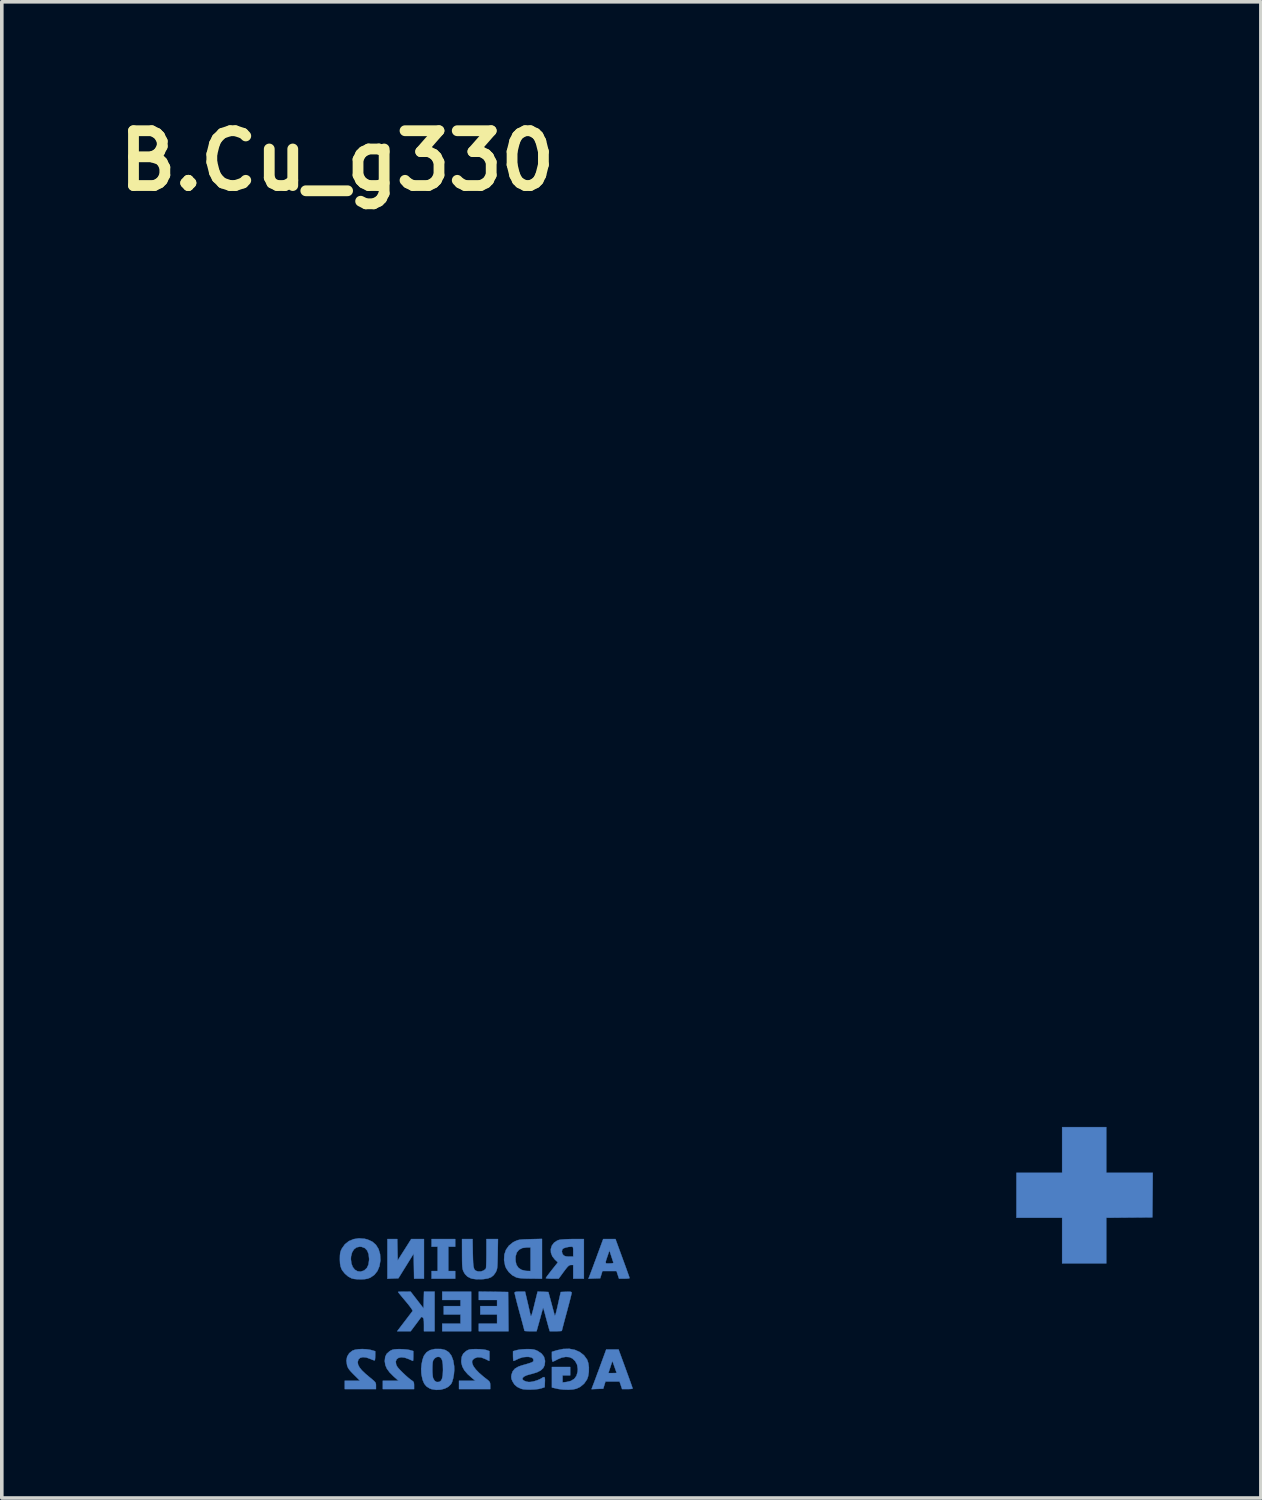
<source format=kicad_pcb>
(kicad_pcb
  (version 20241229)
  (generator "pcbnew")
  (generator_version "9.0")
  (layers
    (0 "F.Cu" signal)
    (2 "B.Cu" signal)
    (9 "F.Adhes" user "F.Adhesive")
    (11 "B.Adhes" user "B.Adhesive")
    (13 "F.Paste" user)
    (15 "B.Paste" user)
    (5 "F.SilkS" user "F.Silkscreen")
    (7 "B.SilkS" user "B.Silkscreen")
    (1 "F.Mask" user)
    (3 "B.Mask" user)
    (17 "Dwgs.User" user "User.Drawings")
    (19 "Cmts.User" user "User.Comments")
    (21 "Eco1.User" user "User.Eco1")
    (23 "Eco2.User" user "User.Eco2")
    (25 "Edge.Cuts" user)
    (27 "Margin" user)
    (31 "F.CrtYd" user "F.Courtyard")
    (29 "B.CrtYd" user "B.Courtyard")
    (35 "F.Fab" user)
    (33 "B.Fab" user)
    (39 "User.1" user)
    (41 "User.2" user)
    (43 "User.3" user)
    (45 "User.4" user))
  (footprint "B.Cu_g330"
    (layer "F.Cu")
    (at 6.321 1.418)
    (property "Reference" "B.Cu_g330" (at 0 0 0) (layer "F.SilkS") (effects (font (size 1.524 1.524) (thickness 0.3))))
    (attr through_hole)
    (fp_poly (pts (xy 3.281 30.184) (xy 3.09 30.184) (xy 3.09 30.861) (xy 3.281 30.861) (xy 3.281 31.073) (xy 2.625 31.073) (xy 2.625 30.861) (xy 2.794 30.861) (xy 2.794 30.184) (xy 2.625 30.184) (xy 2.625 29.972) (xy 3.281 29.972) (xy 3.281 30.184)) (stroke (width 0.01) (type solid)) (fill yes) (layer "B.Cu"))
    (fp_poly (pts (xy 3.725 32.533) (xy 2.921 32.533) (xy 2.921 32.322) (xy 3.429 32.322) (xy 3.429 32.068) (xy 2.963 32.068) (xy 2.963 31.835) (xy 3.429 31.835) (xy 3.429 31.665) (xy 2.921 31.665) (xy 2.921 31.433) (xy 3.725 31.433) (xy 3.725 32.533)) (stroke (width 0.01) (type solid)) (fill yes) (layer "B.Cu"))
    (fp_poly (pts (xy 4.344 31.437) (xy 4.752 31.443) (xy 4.758 31.988) (xy 4.763 32.533) (xy 3.937 32.533) (xy 3.937 32.322) (xy 4.445 32.322) (xy 4.445 32.068) (xy 3.979 32.068) (xy 3.979 31.835) (xy 4.445 31.835) (xy 4.445 31.665) (xy 3.937 31.665) (xy 3.937 31.432) (xy 4.344 31.437)) (stroke (width 0.01) (type solid)) (fill yes) (layer "B.Cu"))
    (fp_poly (pts (xy 21.378 28.131) (xy 22.67 28.131) (xy 22.665 28.75) (xy 22.659 29.369) (xy 22.019 29.374) (xy 21.378 29.38) (xy 21.378 30.649) (xy 20.151 30.649) (xy 20.151 29.379) (xy 18.881 29.379) (xy 18.881 28.131) (xy 20.151 28.131) (xy 20.151 26.86) (xy 21.378 26.86) (xy 21.378 28.131)) (stroke (width 0.01) (type solid)) (fill yes) (layer "B.Cu"))
    (fp_poly (pts (xy 1.677 30.269) (xy 1.683 30.565) (xy 1.871 30.269) (xy 2.059 29.972) (xy 2.413 29.972) (xy 2.413 31.073) (xy 2.139 31.073) (xy 2.133 30.724) (xy 2.127 30.376) (xy 1.915 30.719) (xy 1.702 31.062) (xy 1.55 31.068) (xy 1.397 31.075) (xy 1.397 29.972) (xy 1.671 29.972) (xy 1.677 30.269)) (stroke (width 0.01) (type solid)) (fill yes) (layer "B.Cu"))
    (fp_poly (pts (xy 5.694 31.073) (xy 5.382 31.071) (xy 5.232 31.068) (xy 5.119 31.062) (xy 5.036 31.052) (xy 4.976 31.036) (xy 4.868 30.978) (xy 4.772 30.89) (xy 4.698 30.783) (xy 4.669 30.711) (xy 4.643 30.569) (xy 4.957 30.569) (xy 4.982 30.684) (xy 5.038 30.77) (xy 5.124 30.827) (xy 5.242 30.856) (xy 5.297 30.859) (xy 5.376 30.861) (xy 5.376 30.205) (xy 5.265 30.205) (xy 5.146 30.221) (xy 5.055 30.269) (xy 4.992 30.346) (xy 4.96 30.453) (xy 4.957 30.569) (xy 4.643 30.569) (xy 4.64 30.552) (xy 4.648 30.403) (xy 4.693 30.27) (xy 4.773 30.156) (xy 4.885 30.065) (xy 4.929 30.041) (xy 4.978 30.019) (xy 5.023 30.002) (xy 5.072 29.991) (xy 5.136 29.984) (xy 5.222 29.979) (xy 5.339 29.976) (xy 5.371 29.975) (xy 5.694 29.967) (xy 5.694 31.073)) (stroke (width 0.01) (type solid)) (fill yes) (layer "B.Cu"))
    (fp_poly (pts (xy 2.709 32.533) (xy 2.413 32.533) (xy 2.413 32.356) (xy 2.411 32.26) (xy 2.404 32.198) (xy 2.39 32.162) (xy 2.38 32.151) (xy 2.345 32.136) (xy 2.332 32.145) (xy 2.314 32.17) (xy 2.277 32.221) (xy 2.226 32.29) (xy 2.181 32.35) (xy 2.044 32.533) (xy 1.669 32.533) (xy 1.875 32.263) (xy 1.946 32.17) (xy 2.008 32.088) (xy 2.058 32.023) (xy 2.089 31.982) (xy 2.097 31.971) (xy 2.091 31.948) (xy 2.059 31.897) (xy 2.005 31.824) (xy 1.932 31.733) (xy 1.904 31.7) (xy 1.831 31.613) (xy 1.77 31.539) (xy 1.723 31.482) (xy 1.697 31.448) (xy 1.693 31.441) (xy 1.713 31.437) (xy 1.765 31.435) (xy 1.839 31.433) (xy 1.868 31.433) (xy 2.043 31.434) (xy 2.223 31.667) (xy 2.402 31.899) (xy 2.408 31.666) (xy 2.414 31.433) (xy 2.709 31.433) (xy 2.709 32.533)) (stroke (width 0.01) (type solid)) (fill yes) (layer "B.Cu"))
    (fp_poly (pts (xy 8.018 33.576) (xy 8.069 33.718) (xy 8.116 33.847) (xy 8.156 33.957) (xy 8.186 34.044) (xy 8.206 34.102) (xy 8.213 34.126) (xy 8.213 34.126) (xy 8.194 34.134) (xy 8.142 34.14) (xy 8.071 34.142) (xy 8.066 34.142) (xy 7.92 34.142) (xy 7.885 34.036) (xy 7.849 33.93) (xy 7.458 33.93) (xy 7.427 34.031) (xy 7.396 34.131) (xy 7.233 34.137) (xy 7.07 34.144) (xy 7.109 34.042) (xy 7.128 33.992) (xy 7.159 33.91) (xy 7.199 33.803) (xy 7.238 33.697) (xy 7.539 33.697) (xy 7.654 33.697) (xy 7.717 33.696) (xy 7.758 33.694) (xy 7.768 33.692) (xy 7.761 33.671) (xy 7.743 33.62) (xy 7.718 33.549) (xy 7.709 33.523) (xy 7.65 33.359) (xy 7.539 33.697) (xy 7.238 33.697) (xy 7.245 33.679) (xy 7.295 33.544) (xy 7.314 33.491) (xy 7.479 33.041) (xy 7.822 33.041) (xy 8.018 33.576)) (stroke (width 0.01) (type solid)) (fill yes) (layer "B.Cu"))
    (fp_poly (pts (xy 0.817 33.035) (xy 0.922 33.051) (xy 0.958 33.06) (xy 1.058 33.089) (xy 1.058 33.21) (xy 1.056 33.277) (xy 1.051 33.326) (xy 1.046 33.343) (xy 1.022 33.341) (xy 0.972 33.325) (xy 0.924 33.304) (xy 0.812 33.264) (xy 0.717 33.254) (xy 0.642 33.272) (xy 0.592 33.317) (xy 0.572 33.388) (xy 0.572 33.398) (xy 0.583 33.465) (xy 0.62 33.537) (xy 0.685 33.618) (xy 0.782 33.711) (xy 0.894 33.806) (xy 0.974 33.872) (xy 1.027 33.918) (xy 1.059 33.953) (xy 1.074 33.984) (xy 1.079 34.019) (xy 1.079 34.049) (xy 1.079 34.142) (xy 0.212 34.142) (xy 0.212 33.909) (xy 0.634 33.909) (xy 0.469 33.745) (xy 0.388 33.662) (xy 0.334 33.598) (xy 0.3 33.544) (xy 0.279 33.49) (xy 0.276 33.48) (xy 0.258 33.351) (xy 0.278 33.239) (xy 0.336 33.144) (xy 0.426 33.073) (xy 0.493 33.049) (xy 0.589 33.034) (xy 0.701 33.029) (xy 0.817 33.035)) (stroke (width 0.01) (type solid)) (fill yes) (layer "B.Cu"))
    (fp_poly (pts (xy 6.609 33.052) (xy 6.746 33.113) (xy 6.861 33.203) (xy 6.947 33.322) (xy 6.949 33.325) (xy 6.981 33.421) (xy 6.997 33.539) (xy 6.995 33.666) (xy 6.976 33.786) (xy 6.946 33.872) (xy 6.865 33.989) (xy 6.755 34.081) (xy 6.649 34.131) (xy 6.551 34.152) (xy 6.428 34.16) (xy 6.292 34.156) (xy 6.158 34.14) (xy 6.101 34.128) (xy 5.969 34.097) (xy 5.969 33.528) (xy 6.477 33.528) (xy 6.477 33.761) (xy 6.265 33.761) (xy 6.265 33.957) (xy 6.37 33.945) (xy 6.497 33.915) (xy 6.591 33.857) (xy 6.653 33.772) (xy 6.684 33.658) (xy 6.689 33.585) (xy 6.67 33.464) (xy 6.615 33.362) (xy 6.538 33.29) (xy 6.457 33.254) (xy 6.355 33.246) (xy 6.243 33.266) (xy 6.132 33.312) (xy 6.129 33.314) (xy 6.065 33.348) (xy 6.014 33.372) (xy 5.99 33.38) (xy 5.979 33.36) (xy 5.971 33.308) (xy 5.969 33.243) (xy 5.969 33.106) (xy 6.109 33.063) (xy 6.285 33.026) (xy 6.454 33.022) (xy 6.609 33.052)) (stroke (width 0.01) (type solid)) (fill yes) (layer "B.Cu"))
    (fp_poly (pts (xy 1.845 33.035) (xy 1.939 33.043) (xy 2.011 33.055) (xy 2.027 33.059) (xy 2.117 33.085) (xy 2.117 33.222) (xy 2.115 33.292) (xy 2.112 33.341) (xy 2.108 33.359) (xy 2.086 33.35) (xy 2.037 33.329) (xy 1.986 33.306) (xy 1.876 33.267) (xy 1.78 33.257) (xy 1.705 33.274) (xy 1.653 33.314) (xy 1.629 33.375) (xy 1.639 33.454) (xy 1.661 33.505) (xy 1.691 33.547) (xy 1.745 33.607) (xy 1.815 33.678) (xy 1.893 33.752) (xy 1.969 33.82) (xy 2.035 33.874) (xy 2.077 33.903) (xy 2.115 33.931) (xy 2.133 33.966) (xy 2.138 34.023) (xy 2.138 34.041) (xy 2.138 34.142) (xy 1.27 34.142) (xy 1.27 33.909) (xy 1.487 33.909) (xy 1.704 33.909) (xy 1.571 33.791) (xy 1.46 33.68) (xy 1.384 33.577) (xy 1.34 33.475) (xy 1.324 33.368) (xy 1.324 33.356) (xy 1.336 33.246) (xy 1.377 33.161) (xy 1.454 33.092) (xy 1.484 33.073) (xy 1.53 33.051) (xy 1.585 33.038) (xy 1.661 33.032) (xy 1.746 33.031) (xy 1.845 33.035)) (stroke (width 0.01) (type solid)) (fill yes) (layer "B.Cu"))
    (fp_poly (pts (xy 3.771 30.372) (xy 3.775 30.526) (xy 3.78 30.643) (xy 3.789 30.728) (xy 3.803 30.788) (xy 3.824 30.827) (xy 3.853 30.851) (xy 3.893 30.866) (xy 3.927 30.873) (xy 3.997 30.872) (xy 4.066 30.849) (xy 4.119 30.811) (xy 4.136 30.786) (xy 4.14 30.755) (xy 4.143 30.688) (xy 4.146 30.594) (xy 4.148 30.48) (xy 4.149 30.362) (xy 4.149 29.972) (xy 4.47 29.972) (xy 4.463 30.39) (xy 4.46 30.534) (xy 4.457 30.642) (xy 4.453 30.722) (xy 4.447 30.78) (xy 4.438 30.823) (xy 4.426 30.857) (xy 4.409 30.89) (xy 4.403 30.902) (xy 4.347 30.979) (xy 4.278 31.033) (xy 4.187 31.067) (xy 4.067 31.085) (xy 3.99 31.089) (xy 3.856 31.087) (xy 3.755 31.074) (xy 3.719 31.064) (xy 3.622 31.015) (xy 3.553 30.945) (xy 3.511 30.872) (xy 3.497 30.836) (xy 3.487 30.794) (xy 3.48 30.739) (xy 3.475 30.665) (xy 3.473 30.563) (xy 3.472 30.428) (xy 3.472 30.379) (xy 3.471 29.972) (xy 3.764 29.972) (xy 3.771 30.372)) (stroke (width 0.01) (type solid)) (fill yes) (layer "B.Cu"))
    (fp_poly (pts (xy 3.975 33.034) (xy 4.068 33.042) (xy 4.138 33.054) (xy 4.154 33.059) (xy 4.233 33.087) (xy 4.233 33.223) (xy 4.233 33.292) (xy 4.231 33.341) (xy 4.228 33.359) (xy 4.208 33.35) (xy 4.162 33.327) (xy 4.119 33.306) (xy 4.003 33.262) (xy 3.902 33.256) (xy 3.818 33.287) (xy 3.798 33.302) (xy 3.759 33.342) (xy 3.749 33.384) (xy 3.755 33.427) (xy 3.785 33.502) (xy 3.85 33.592) (xy 3.945 33.691) (xy 4.066 33.796) (xy 4.107 33.828) (xy 4.177 33.882) (xy 4.221 33.921) (xy 4.244 33.953) (xy 4.253 33.989) (xy 4.254 34.036) (xy 4.255 34.041) (xy 4.255 34.142) (xy 3.387 34.142) (xy 3.387 33.909) (xy 3.841 33.909) (xy 3.757 33.841) (xy 3.628 33.727) (xy 3.537 33.621) (xy 3.48 33.517) (xy 3.453 33.411) (xy 3.45 33.358) (xy 3.463 33.245) (xy 3.505 33.157) (xy 3.58 33.089) (xy 3.593 33.08) (xy 3.637 33.056) (xy 3.683 33.041) (xy 3.743 33.034) (xy 3.829 33.031) (xy 3.873 33.031) (xy 3.975 33.034)) (stroke (width 0.01) (type solid)) (fill yes) (layer "B.Cu"))
    (fp_poly (pts (xy 7.566 29.972) (xy 7.736 29.972) (xy 7.932 30.507) (xy 7.984 30.649) (xy 8.031 30.778) (xy 8.07 30.888) (xy 8.101 30.975) (xy 8.121 31.033) (xy 8.128 31.057) (xy 8.128 31.057) (xy 8.109 31.065) (xy 8.058 31.07) (xy 7.986 31.073) (xy 7.982 31.073) (xy 7.835 31.073) (xy 7.8 30.967) (xy 7.765 30.861) (xy 7.373 30.861) (xy 7.342 30.962) (xy 7.311 31.062) (xy 7.148 31.068) (xy 6.985 31.074) (xy 7.024 30.973) (xy 7.043 30.923) (xy 7.074 30.841) (xy 7.114 30.734) (xy 7.154 30.626) (xy 7.462 30.626) (xy 7.471 30.644) (xy 7.498 30.65) (xy 7.544 30.65) (xy 7.568 30.649) (xy 7.639 30.646) (xy 7.674 30.637) (xy 7.678 30.623) (xy 7.667 30.591) (xy 7.647 30.531) (xy 7.622 30.454) (xy 7.618 30.442) (xy 7.568 30.287) (xy 7.522 30.424) (xy 7.488 30.523) (xy 7.468 30.588) (xy 7.462 30.626) (xy 7.154 30.626) (xy 7.16 30.61) (xy 7.21 30.475) (xy 7.229 30.422) (xy 7.395 29.972) (xy 7.566 29.972)) (stroke (width 0.01) (type solid)) (fill yes) (layer "B.Cu"))
    (fp_poly (pts (xy 6.858 31.073) (xy 6.562 31.073) (xy 6.562 30.692) (xy 6.499 30.692) (xy 6.468 30.696) (xy 6.438 30.712) (xy 6.402 30.746) (xy 6.355 30.803) (xy 6.296 30.882) (xy 6.156 31.073) (xy 5.978 31.073) (xy 5.897 31.071) (xy 5.836 31.066) (xy 5.803 31.06) (xy 5.8 31.057) (xy 5.813 31.035) (xy 5.847 30.987) (xy 5.898 30.92) (xy 5.96 30.84) (xy 5.968 30.83) (xy 6.135 30.619) (xy 6.054 30.544) (xy 5.981 30.452) (xy 5.943 30.352) (xy 5.941 30.314) (xy 6.245 30.314) (xy 6.261 30.381) (xy 6.287 30.416) (xy 6.327 30.444) (xy 6.387 30.457) (xy 6.445 30.459) (xy 6.562 30.459) (xy 6.562 30.321) (xy 6.561 30.247) (xy 6.556 30.206) (xy 6.543 30.188) (xy 6.517 30.184) (xy 6.503 30.184) (xy 6.428 30.191) (xy 6.353 30.207) (xy 6.293 30.229) (xy 6.263 30.251) (xy 6.245 30.314) (xy 5.941 30.314) (xy 5.939 30.25) (xy 5.968 30.155) (xy 6.028 30.074) (xy 6.117 30.014) (xy 6.17 29.995) (xy 6.222 29.987) (xy 6.306 29.98) (xy 6.412 29.975) (xy 6.527 29.972) (xy 6.556 29.972) (xy 6.858 29.972) (xy 6.858 31.073)) (stroke (width 0.01) (type solid)) (fill yes) (layer "B.Cu"))
    (fp_poly (pts (xy 0.764 29.964) (xy 0.844 29.984) (xy 0.975 30.043) (xy 1.078 30.132) (xy 1.151 30.25) (xy 1.193 30.392) (xy 1.202 30.556) (xy 1.202 30.565) (xy 1.176 30.724) (xy 1.12 30.859) (xy 1.035 30.966) (xy 0.924 31.043) (xy 0.845 31.073) (xy 0.768 31.086) (xy 0.669 31.092) (xy 0.563 31.089) (xy 0.468 31.08) (xy 0.405 31.065) (xy 0.306 31.012) (xy 0.213 30.931) (xy 0.139 30.837) (xy 0.12 30.799) (xy 0.095 30.73) (xy 0.081 30.651) (xy 0.076 30.548) (xy 0.076 30.527) (xy 0.381 30.527) (xy 0.396 30.65) (xy 0.434 30.75) (xy 0.493 30.824) (xy 0.567 30.867) (xy 0.651 30.877) (xy 0.741 30.849) (xy 0.758 30.839) (xy 0.827 30.775) (xy 0.87 30.682) (xy 0.888 30.558) (xy 0.889 30.522) (xy 0.875 30.39) (xy 0.835 30.29) (xy 0.77 30.222) (xy 0.679 30.188) (xy 0.626 30.184) (xy 0.539 30.203) (xy 0.467 30.258) (xy 0.415 30.343) (xy 0.386 30.453) (xy 0.381 30.527) (xy 0.076 30.527) (xy 0.076 30.522) (xy 0.078 30.425) (xy 0.086 30.355) (xy 0.103 30.296) (xy 0.133 30.233) (xy 0.216 30.116) (xy 0.326 30.029) (xy 0.457 29.974) (xy 0.605 29.951) (xy 0.764 29.964)) (stroke (width 0.01) (type solid)) (fill yes) (layer "B.Cu"))
    (fp_poly (pts (xy 2.887 33.027) (xy 3.009 33.057) (xy 3.105 33.119) (xy 3.176 33.214) (xy 3.225 33.343) (xy 3.252 33.5) (xy 3.255 33.611) (xy 3.245 33.731) (xy 3.224 33.846) (xy 3.195 33.944) (xy 3.168 33.999) (xy 3.095 34.073) (xy 2.994 34.127) (xy 2.876 34.158) (xy 2.75 34.164) (xy 2.628 34.144) (xy 2.57 34.123) (xy 2.485 34.069) (xy 2.421 33.992) (xy 2.376 33.886) (xy 2.346 33.747) (xy 2.34 33.696) (xy 2.336 33.583) (xy 2.646 33.583) (xy 2.648 33.681) (xy 2.655 33.768) (xy 2.665 33.83) (xy 2.668 33.839) (xy 2.71 33.912) (xy 2.768 33.946) (xy 2.838 33.941) (xy 2.846 33.938) (xy 2.888 33.907) (xy 2.917 33.847) (xy 2.935 33.755) (xy 2.942 33.627) (xy 2.942 33.592) (xy 2.938 33.458) (xy 2.924 33.361) (xy 2.899 33.296) (xy 2.861 33.257) (xy 2.832 33.246) (xy 2.771 33.249) (xy 2.712 33.285) (xy 2.669 33.343) (xy 2.666 33.351) (xy 2.655 33.404) (xy 2.649 33.486) (xy 2.646 33.583) (xy 2.336 33.583) (xy 2.336 33.58) (xy 2.347 33.454) (xy 2.371 33.333) (xy 2.405 33.232) (xy 2.419 33.205) (xy 2.487 33.117) (xy 2.58 33.06) (xy 2.702 33.029) (xy 2.737 33.026) (xy 2.887 33.027)) (stroke (width 0.01) (type solid)) (fill yes) (layer "B.Cu"))
    (fp_poly (pts (xy 5.381 33.032) (xy 5.453 33.04) (xy 5.511 33.055) (xy 5.569 33.08) (xy 5.578 33.085) (xy 5.683 33.156) (xy 5.749 33.243) (xy 5.777 33.347) (xy 5.778 33.378) (xy 5.766 33.477) (xy 5.727 33.558) (xy 5.658 33.623) (xy 5.554 33.676) (xy 5.413 33.719) (xy 5.373 33.728) (xy 5.266 33.759) (xy 5.192 33.795) (xy 5.154 33.834) (xy 5.153 33.872) (xy 5.19 33.907) (xy 5.257 33.933) (xy 5.318 33.945) (xy 5.379 33.943) (xy 5.459 33.928) (xy 5.479 33.923) (xy 5.56 33.898) (xy 5.632 33.868) (xy 5.673 33.846) (xy 5.725 33.813) (xy 5.756 33.807) (xy 5.772 33.833) (xy 5.776 33.894) (xy 5.774 33.946) (xy 5.768 34.089) (xy 5.683 34.118) (xy 5.603 34.138) (xy 5.498 34.15) (xy 5.383 34.156) (xy 5.27 34.155) (xy 5.174 34.147) (xy 5.113 34.133) (xy 5.007 34.082) (xy 4.931 34.018) (xy 4.875 33.929) (xy 4.846 33.859) (xy 4.839 33.799) (xy 4.846 33.744) (xy 4.879 33.648) (xy 4.941 33.574) (xy 5.036 33.518) (xy 5.132 33.484) (xy 5.253 33.45) (xy 5.338 33.424) (xy 5.395 33.405) (xy 5.43 33.388) (xy 5.448 33.373) (xy 5.455 33.356) (xy 5.457 33.346) (xy 5.448 33.296) (xy 5.403 33.263) (xy 5.322 33.247) (xy 5.272 33.246) (xy 5.16 33.256) (xy 5.056 33.291) (xy 5.032 33.302) (xy 4.969 33.332) (xy 4.922 33.353) (xy 4.903 33.359) (xy 4.896 33.339) (xy 4.891 33.289) (xy 4.889 33.224) (xy 4.889 33.089) (xy 4.99 33.06) (xy 5.059 33.046) (xy 5.153 33.036) (xy 5.254 33.031) (xy 5.282 33.031) (xy 5.381 33.032)) (stroke (width 0.01) (type solid)) (fill yes) (layer "B.Cu"))
    (fp_poly (pts (xy 5.722 31.437) (xy 5.871 31.443) (xy 5.95 31.734) (xy 5.979 31.844) (xy 6.006 31.944) (xy 6.028 32.024) (xy 6.041 32.076) (xy 6.044 32.084) (xy 6.051 32.097) (xy 6.061 32.086) (xy 6.076 32.047) (xy 6.095 31.975) (xy 6.12 31.868) (xy 6.137 31.792) (xy 6.215 31.443) (xy 6.367 31.437) (xy 6.448 31.435) (xy 6.495 31.439) (xy 6.516 31.45) (xy 6.519 31.462) (xy 6.514 31.491) (xy 6.499 31.554) (xy 6.476 31.647) (xy 6.446 31.762) (xy 6.411 31.895) (xy 6.382 32.004) (xy 6.344 32.144) (xy 6.31 32.27) (xy 6.282 32.377) (xy 6.261 32.458) (xy 6.248 32.509) (xy 6.244 32.524) (xy 6.225 32.528) (xy 6.173 32.531) (xy 6.099 32.533) (xy 6.076 32.533) (xy 5.909 32.533) (xy 5.877 32.422) (xy 5.858 32.353) (xy 5.832 32.258) (xy 5.803 32.152) (xy 5.788 32.094) (xy 5.764 32.005) (xy 5.744 31.936) (xy 5.73 31.892) (xy 5.725 31.882) (xy 5.718 31.903) (xy 5.702 31.957) (xy 5.681 32.034) (xy 5.663 32.099) (xy 5.635 32.203) (xy 5.607 32.305) (xy 5.583 32.39) (xy 5.574 32.422) (xy 5.543 32.533) (xy 5.375 32.533) (xy 5.297 32.532) (xy 5.238 32.529) (xy 5.209 32.524) (xy 5.207 32.523) (xy 5.202 32.5) (xy 5.187 32.442) (xy 5.164 32.355) (xy 5.134 32.244) (xy 5.099 32.114) (xy 5.069 32.006) (xy 5.031 31.864) (xy 4.997 31.736) (xy 4.969 31.625) (xy 4.948 31.539) (xy 4.935 31.484) (xy 4.932 31.466) (xy 4.939 31.448) (xy 4.968 31.438) (xy 5.025 31.433) (xy 5.078 31.433) (xy 5.223 31.433) (xy 5.289 31.713) (xy 5.315 31.823) (xy 5.338 31.924) (xy 5.356 32.006) (xy 5.368 32.059) (xy 5.369 32.065) (xy 5.377 32.098) (xy 5.385 32.112) (xy 5.395 32.104) (xy 5.409 32.07) (xy 5.428 32.007) (xy 5.454 31.91) (xy 5.487 31.776) (xy 5.492 31.754) (xy 5.572 31.431) (xy 5.722 31.437)) (stroke (width 0.01) (type solid)) (fill yes) (layer "B.Cu")))
  (gr_rect
    (start -3 -3)
    (end 31.996 38.587)
    (stroke (width 0.1) (type default))
    (fill no)
    (layer "Edge.Cuts")))
</source>
